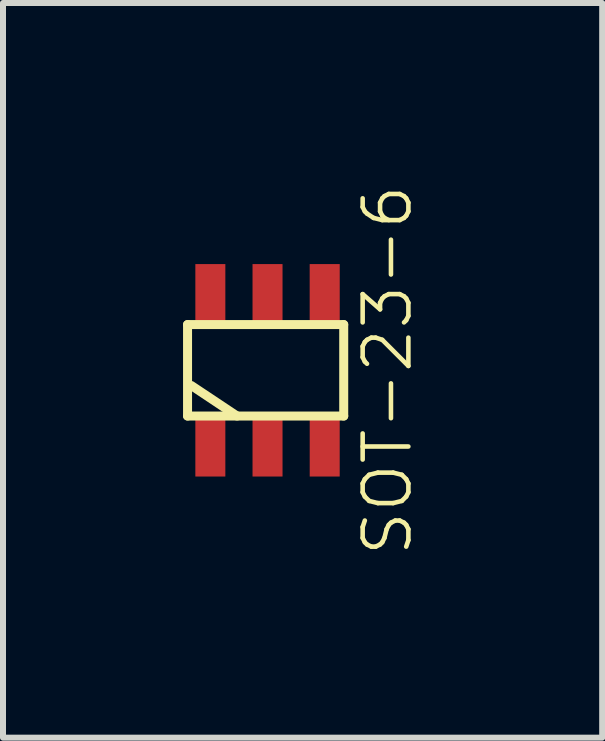
<source format=kicad_pcb>
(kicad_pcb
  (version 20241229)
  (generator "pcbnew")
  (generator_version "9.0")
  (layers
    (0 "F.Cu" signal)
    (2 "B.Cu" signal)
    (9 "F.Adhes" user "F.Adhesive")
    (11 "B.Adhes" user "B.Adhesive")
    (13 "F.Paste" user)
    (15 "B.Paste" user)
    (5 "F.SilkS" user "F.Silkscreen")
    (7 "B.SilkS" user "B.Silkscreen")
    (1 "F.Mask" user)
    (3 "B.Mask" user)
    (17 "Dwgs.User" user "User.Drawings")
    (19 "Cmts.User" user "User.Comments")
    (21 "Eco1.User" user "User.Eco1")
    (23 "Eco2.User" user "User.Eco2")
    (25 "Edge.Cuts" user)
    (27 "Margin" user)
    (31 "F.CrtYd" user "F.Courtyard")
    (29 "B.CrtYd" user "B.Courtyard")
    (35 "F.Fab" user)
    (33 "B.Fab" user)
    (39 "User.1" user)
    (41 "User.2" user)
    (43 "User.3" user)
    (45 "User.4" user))
  (footprint "SOT-23-6"
    (layer "F.Cu")
    (at 1.409 3.122)
    (property "Reference" "SOT-23-6" (at 1.999 0 90) (layer "F.SilkS") (effects (font (size 0.762 0.762) (thickness 0.076))))
    (attr through_hole)
    (fp_line (start -1.333 -0.762) (end 1.27 -0.762) (stroke (width 0.15) (type solid)) (layer "F.SilkS"))
    (fp_line (start -1.333 0.762) (end -1.333 -0.762) (stroke (width 0.15) (type solid)) (layer "F.SilkS"))
    (fp_line (start -0.508 0.762) (end -1.27 0.254) (stroke (width 0.15) (type solid)) (layer "F.SilkS"))
    (fp_line (start 1.27 -0.762) (end 1.27 0.762) (stroke (width 0.15) (type solid)) (layer "F.SilkS"))
    (fp_line (start 1.27 0.762) (end -1.333 0.762) (stroke (width 0.15) (type solid)) (layer "F.SilkS"))
    (pad "1" smd rect (at -0.953 -1.27) (size 0.5 1.001) (layers "F.Cu" "F.Mask" "F.Paste"))
    (pad "1" smd rect (at -0.953 1.27) (size 0.5 1.001) (layers "F.Cu" "F.Mask" "F.Paste"))
    (pad "2" smd rect (at 0 -1.27) (size 0.5 1.001) (layers "F.Cu" "F.Mask" "F.Paste"))
    (pad "2" smd rect (at 0 1.27) (size 0.5 1.001) (layers "F.Cu" "F.Mask" "F.Paste"))
    (pad "3" smd rect (at 0.953 -1.27) (size 0.501 1.001) (layers "F.Cu" "F.Mask" "F.Paste"))
    (pad "3" smd rect (at 0.953 1.27) (size 0.5 1.001) (layers "F.Cu" "F.Mask" "F.Paste")))
  (gr_rect
    (start -3 -3)
    (end 6.987 9.245)
    (stroke (width 0.1) (type default))
    (fill no)
    (layer "Edge.Cuts")))
</source>
